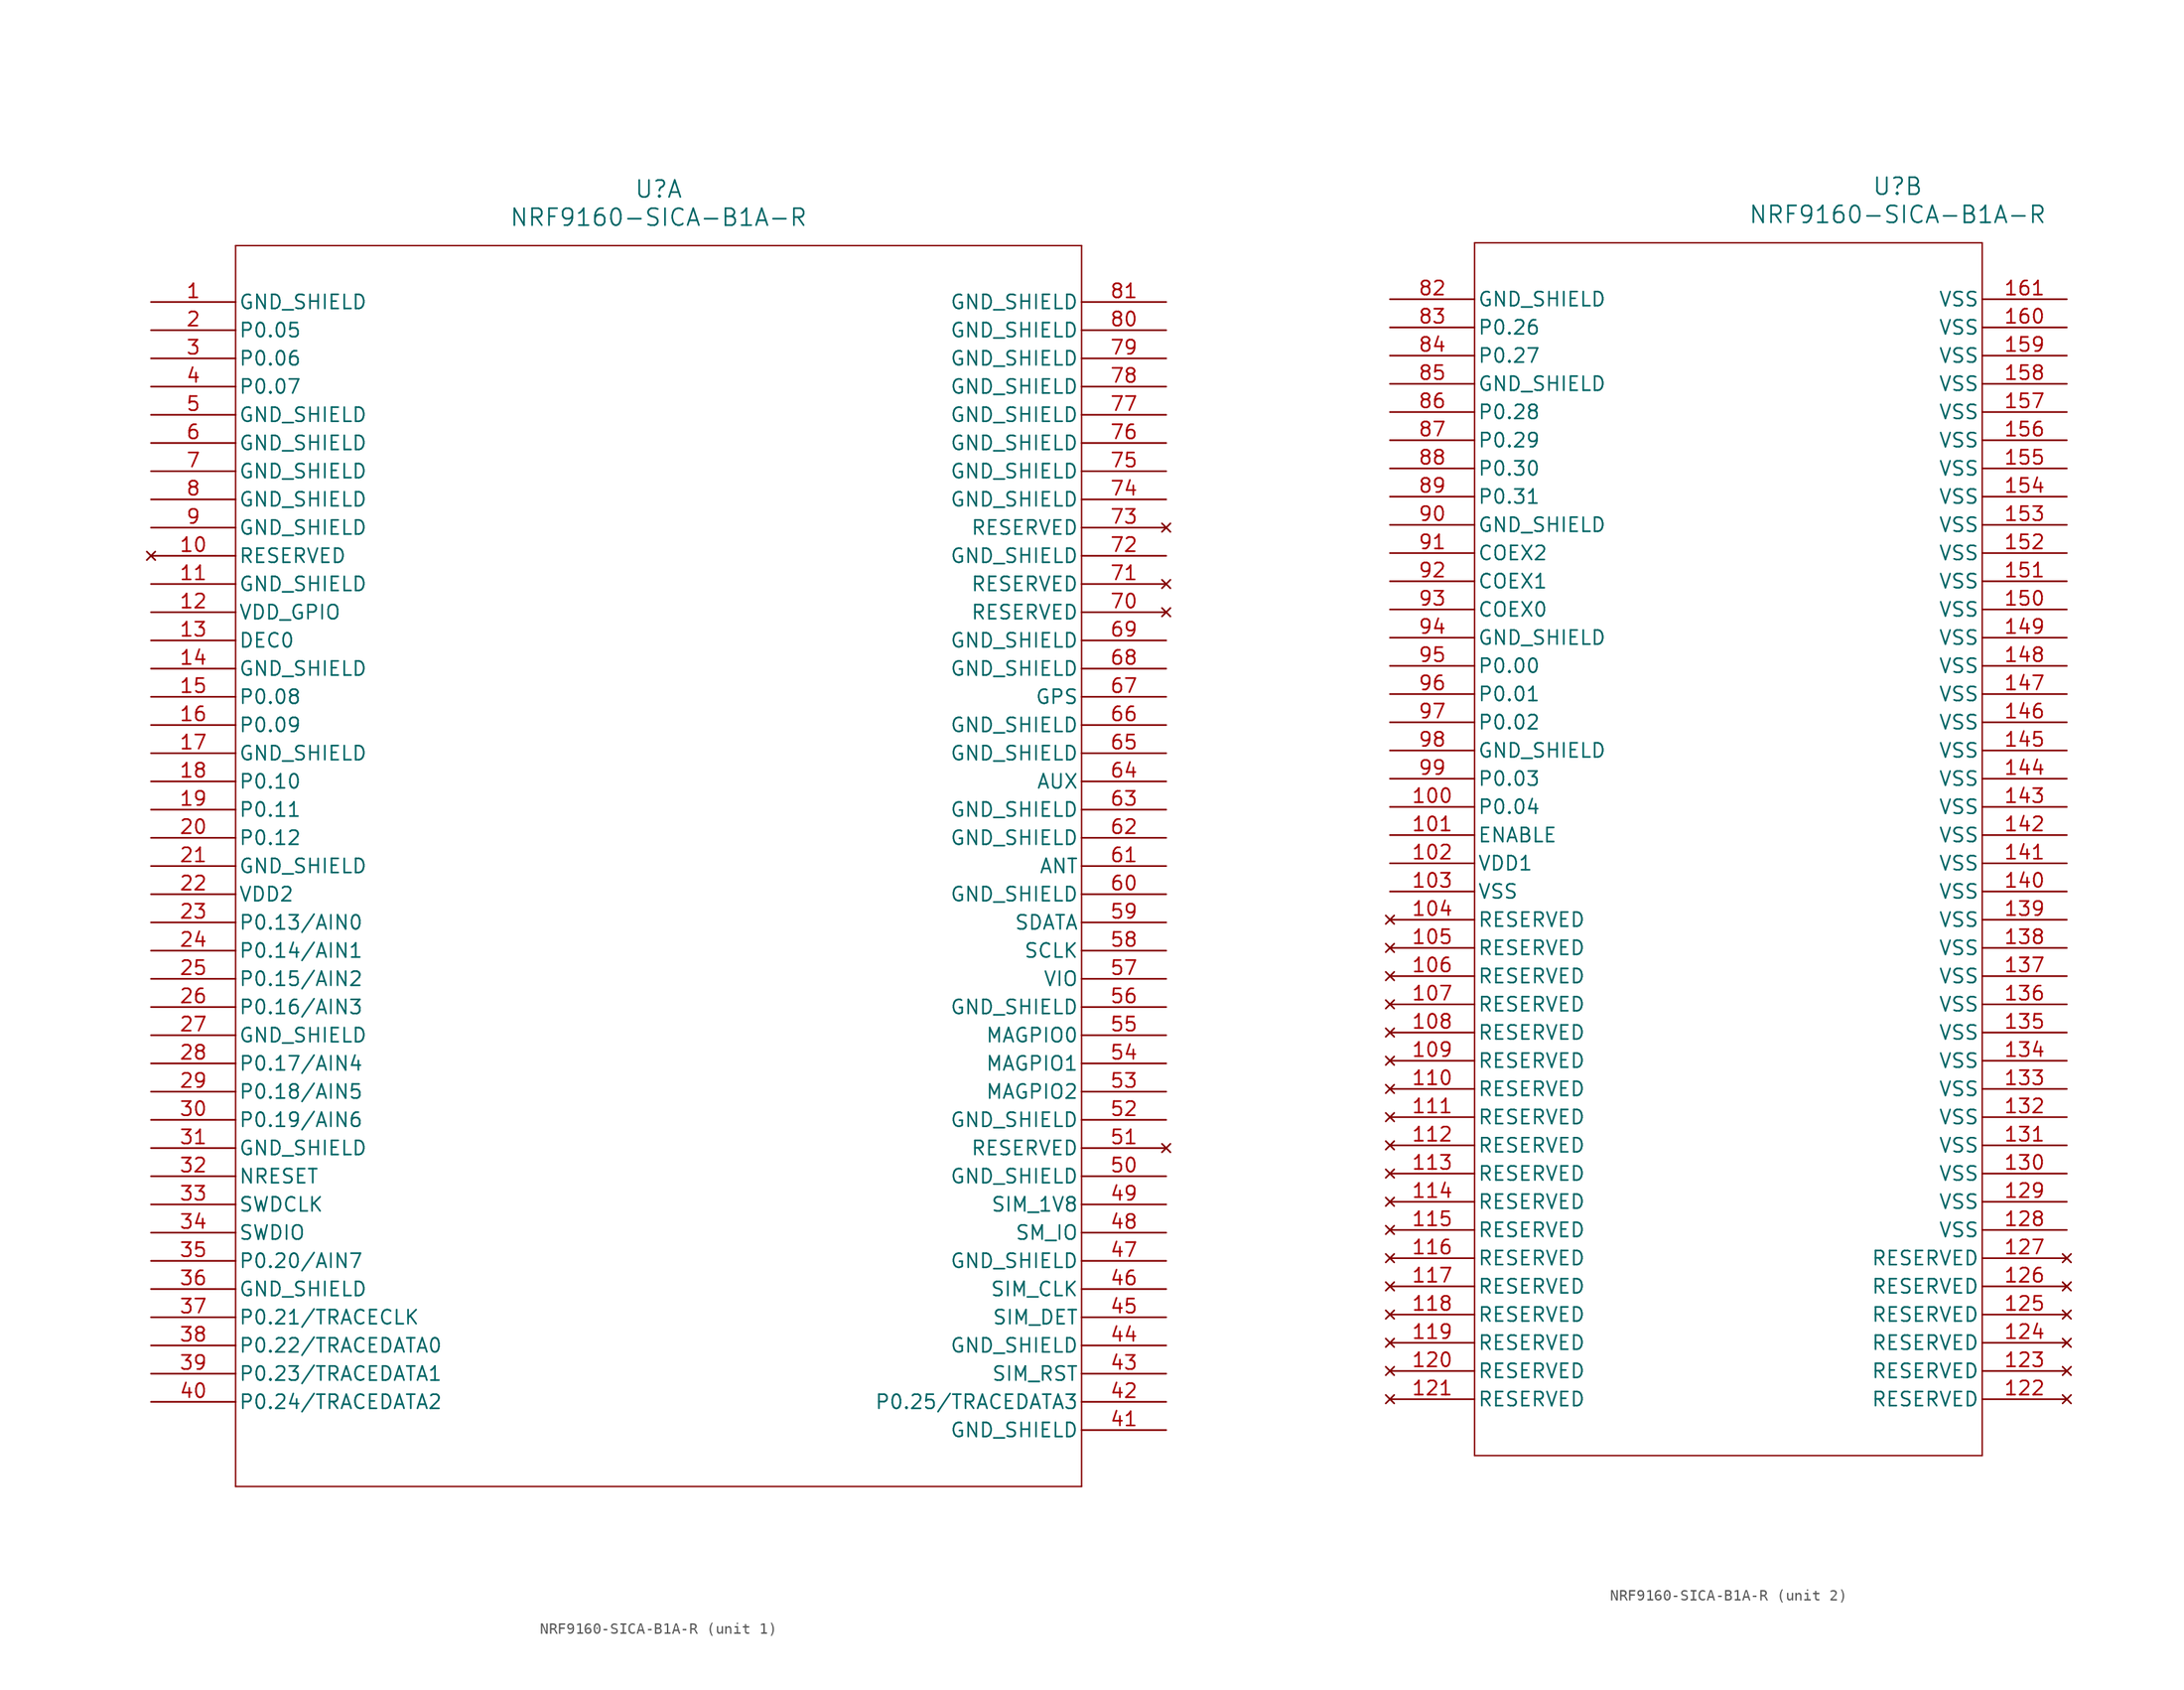
<source format=kicad_sym>
(kicad_symbol_lib
  (version 20211014)
  (generator kicad_symbol_editor)
  (symbol "NRF9160-SICA-B1A-R"
    (pin_names
      (offset 0.254))
    (property "Reference" "U"
      (at 45.72 10.16 0)
      (effects (font (size 1.524 1.524))))
    (property "Value" "NRF9160-SICA-B1A-R"
      (at 45.72 7.62 0)
      (effects (font (size 1.524 1.524))))
    (symbol "NRF9160-SICA-B1A-R_1_1"
      (polyline (pts (xy 7.62 5.08) (xy 7.62 -106.68)) (stroke (width 0.127) (type default) (color 0 0 0 0)) (fill (type none)))
      (polyline (pts (xy 7.62 -106.68) (xy 83.82 -106.68)) (stroke (width 0.127) (type default) (color 0 0 0 0)) (fill (type none)))
      (polyline (pts (xy 83.82 -106.68) (xy 83.82 5.08)) (stroke (width 0.127) (type default) (color 0 0 0 0)) (fill (type none)))
      (polyline (pts (xy 83.82 5.08) (xy 7.62 5.08)) (stroke (width 0.127) (type default) (color 0 0 0 0)) (fill (type none)))
      (pin power_out line (at 0 0 0) (length 7.62) (name "GND_SHIELD" (effects (font (size 1.27 1.27)))) (number "1" (effects (font (size 1.27 1.27)))))
      (pin bidirectional line (at 0 -2.54 0) (length 7.62) (name "P0.05" (effects (font (size 1.27 1.27)))) (number "2" (effects (font (size 1.27 1.27)))))
      (pin bidirectional line (at 0 -5.08 0) (length 7.62) (name "P0.06" (effects (font (size 1.27 1.27)))) (number "3" (effects (font (size 1.27 1.27)))))
      (pin bidirectional line (at 0 -7.62 0) (length 7.62) (name "P0.07" (effects (font (size 1.27 1.27)))) (number "4" (effects (font (size 1.27 1.27)))))
      (pin power_out line (at 0 -10.16 0) (length 7.62) (name "GND_SHIELD" (effects (font (size 1.27 1.27)))) (number "5" (effects (font (size 1.27 1.27)))))
      (pin power_out line (at 0 -12.7 0) (length 7.62) (name "GND_SHIELD" (effects (font (size 1.27 1.27)))) (number "6" (effects (font (size 1.27 1.27)))))
      (pin power_out line (at 0 -15.24 0) (length 7.62) (name "GND_SHIELD" (effects (font (size 1.27 1.27)))) (number "7" (effects (font (size 1.27 1.27)))))
      (pin power_out line (at 0 -17.78 0) (length 7.62) (name "GND_SHIELD" (effects (font (size 1.27 1.27)))) (number "8" (effects (font (size 1.27 1.27)))))
      (pin power_out line (at 0 -20.32 0) (length 7.62) (name "GND_SHIELD" (effects (font (size 1.27 1.27)))) (number "9" (effects (font (size 1.27 1.27)))))
      (pin no_connect line (at 0 -22.86 0) (length 7.62) (name "RESERVED" (effects (font (size 1.27 1.27)))) (number "10" (effects (font (size 1.27 1.27)))))
      (pin power_out line (at 0 -25.4 0) (length 7.62) (name "GND_SHIELD" (effects (font (size 1.27 1.27)))) (number "11" (effects (font (size 1.27 1.27)))))
      (pin power_in line (at 0 -27.94 0) (length 7.62) (name "VDD_GPIO" (effects (font (size 1.27 1.27)))) (number "12" (effects (font (size 1.27 1.27)))))
      (pin power_in line (at 0 -30.48 0) (length 7.62) (name "DEC0" (effects (font (size 1.27 1.27)))) (number "13" (effects (font (size 1.27 1.27)))))
      (pin power_out line (at 0 -33.02 0) (length 7.62) (name "GND_SHIELD" (effects (font (size 1.27 1.27)))) (number "14" (effects (font (size 1.27 1.27)))))
      (pin bidirectional line (at 0 -35.56 0) (length 7.62) (name "P0.08" (effects (font (size 1.27 1.27)))) (number "15" (effects (font (size 1.27 1.27)))))
      (pin bidirectional line (at 0 -38.1 0) (length 7.62) (name "P0.09" (effects (font (size 1.27 1.27)))) (number "16" (effects (font (size 1.27 1.27)))))
      (pin power_out line (at 0 -40.64 0) (length 7.62) (name "GND_SHIELD" (effects (font (size 1.27 1.27)))) (number "17" (effects (font (size 1.27 1.27)))))
      (pin bidirectional line (at 0 -43.18 0) (length 7.62) (name "P0.10" (effects (font (size 1.27 1.27)))) (number "18" (effects (font (size 1.27 1.27)))))
      (pin bidirectional line (at 0 -45.72 0) (length 7.62) (name "P0.11" (effects (font (size 1.27 1.27)))) (number "19" (effects (font (size 1.27 1.27)))))
      (pin bidirectional line (at 0 -48.26 0) (length 7.62) (name "P0.12" (effects (font (size 1.27 1.27)))) (number "20" (effects (font (size 1.27 1.27)))))
      (pin power_out line (at 0 -50.8 0) (length 7.62) (name "GND_SHIELD" (effects (font (size 1.27 1.27)))) (number "21" (effects (font (size 1.27 1.27)))))
      (pin power_in line (at 0 -53.34 0) (length 7.62) (name "VDD2" (effects (font (size 1.27 1.27)))) (number "22" (effects (font (size 1.27 1.27)))))
      (pin bidirectional line (at 0 -55.88 0) (length 7.62) (name "P0.13/AIN0" (effects (font (size 1.27 1.27)))) (number "23" (effects (font (size 1.27 1.27)))))
      (pin bidirectional line (at 0 -58.42 0) (length 7.62) (name "P0.14/AIN1" (effects (font (size 1.27 1.27)))) (number "24" (effects (font (size 1.27 1.27)))))
      (pin bidirectional line (at 0 -60.96 0) (length 7.62) (name "P0.15/AIN2" (effects (font (size 1.27 1.27)))) (number "25" (effects (font (size 1.27 1.27)))))
      (pin bidirectional line (at 0 -63.5 0) (length 7.62) (name "P0.16/AIN3" (effects (font (size 1.27 1.27)))) (number "26" (effects (font (size 1.27 1.27)))))
      (pin power_out line (at 0 -66.04 0) (length 7.62) (name "GND_SHIELD" (effects (font (size 1.27 1.27)))) (number "27" (effects (font (size 1.27 1.27)))))
      (pin bidirectional line (at 0 -68.58 0) (length 7.62) (name "P0.17/AIN4" (effects (font (size 1.27 1.27)))) (number "28" (effects (font (size 1.27 1.27)))))
      (pin bidirectional line (at 0 -71.12 0) (length 7.62) (name "P0.18/AIN5" (effects (font (size 1.27 1.27)))) (number "29" (effects (font (size 1.27 1.27)))))
      (pin bidirectional line (at 0 -73.66 0) (length 7.62) (name "P0.19/AIN6" (effects (font (size 1.27 1.27)))) (number "30" (effects (font (size 1.27 1.27)))))
      (pin power_out line (at 0 -76.2 0) (length 7.62) (name "GND_SHIELD" (effects (font (size 1.27 1.27)))) (number "31" (effects (font (size 1.27 1.27)))))
      (pin bidirectional line (at 0 -78.74 0) (length 7.62) (name "NRESET" (effects (font (size 1.27 1.27)))) (number "32" (effects (font (size 1.27 1.27)))))
      (pin input line (at 0 -81.28 0) (length 7.62) (name "SWDCLK" (effects (font (size 1.27 1.27)))) (number "33" (effects (font (size 1.27 1.27)))))
      (pin bidirectional line (at 0 -83.82 0) (length 7.62) (name "SWDIO" (effects (font (size 1.27 1.27)))) (number "34" (effects (font (size 1.27 1.27)))))
      (pin bidirectional line (at 0 -86.36 0) (length 7.62) (name "P0.20/AIN7" (effects (font (size 1.27 1.27)))) (number "35" (effects (font (size 1.27 1.27)))))
      (pin power_out line (at 0 -88.9 0) (length 7.62) (name "GND_SHIELD" (effects (font (size 1.27 1.27)))) (number "36" (effects (font (size 1.27 1.27)))))
      (pin bidirectional line (at 0 -91.44 0) (length 7.62) (name "P0.21/TRACECLK" (effects (font (size 1.27 1.27)))) (number "37" (effects (font (size 1.27 1.27)))))
      (pin bidirectional line (at 0 -93.98 0) (length 7.62) (name "P0.22/TRACEDATA0" (effects (font (size 1.27 1.27)))) (number "38" (effects (font (size 1.27 1.27)))))
      (pin bidirectional line (at 0 -96.52 0) (length 7.62) (name "P0.23/TRACEDATA1" (effects (font (size 1.27 1.27)))) (number "39" (effects (font (size 1.27 1.27)))))
      (pin bidirectional line (at 0 -99.06 0) (length 7.62) (name "P0.24/TRACEDATA2" (effects (font (size 1.27 1.27)))) (number "40" (effects (font (size 1.27 1.27)))))
      (pin power_out line (at 91.44 -101.6 180) (length 7.62) (name "GND_SHIELD" (effects (font (size 1.27 1.27)))) (number "41" (effects (font (size 1.27 1.27)))))
      (pin bidirectional line (at 91.44 -99.06 180) (length 7.62) (name "P0.25/TRACEDATA3" (effects (font (size 1.27 1.27)))) (number "42" (effects (font (size 1.27 1.27)))))
      (pin bidirectional line (at 91.44 -96.52 180) (length 7.62) (name "SIM_RST" (effects (font (size 1.27 1.27)))) (number "43" (effects (font (size 1.27 1.27)))))
      (pin power_out line (at 91.44 -93.98 180) (length 7.62) (name "GND_SHIELD" (effects (font (size 1.27 1.27)))) (number "44" (effects (font (size 1.27 1.27)))))
      (pin bidirectional line (at 91.44 -91.44 180) (length 7.62) (name "SIM_DET" (effects (font (size 1.27 1.27)))) (number "45" (effects (font (size 1.27 1.27)))))
      (pin bidirectional line (at 91.44 -88.9 180) (length 7.62) (name "SIM_CLK" (effects (font (size 1.27 1.27)))) (number "46" (effects (font (size 1.27 1.27)))))
      (pin power_out line (at 91.44 -86.36 180) (length 7.62) (name "GND_SHIELD" (effects (font (size 1.27 1.27)))) (number "47" (effects (font (size 1.27 1.27)))))
      (pin bidirectional line (at 91.44 -83.82 180) (length 7.62) (name "SM_IO" (effects (font (size 1.27 1.27)))) (number "48" (effects (font (size 1.27 1.27)))))
      (pin power_in line (at 91.44 -81.28 180) (length 7.62) (name "SIM_1V8" (effects (font (size 1.27 1.27)))) (number "49" (effects (font (size 1.27 1.27)))))
      (pin power_out line (at 91.44 -78.74 180) (length 7.62) (name "GND_SHIELD" (effects (font (size 1.27 1.27)))) (number "50" (effects (font (size 1.27 1.27)))))
      (pin no_connect line (at 91.44 -76.2 180) (length 7.62) (name "RESERVED" (effects (font (size 1.27 1.27)))) (number "51" (effects (font (size 1.27 1.27)))))
      (pin power_out line (at 91.44 -73.66 180) (length 7.62) (name "GND_SHIELD" (effects (font (size 1.27 1.27)))) (number "52" (effects (font (size 1.27 1.27)))))
      (pin bidirectional line (at 91.44 -71.12 180) (length 7.62) (name "MAGPIO2" (effects (font (size 1.27 1.27)))) (number "53" (effects (font (size 1.27 1.27)))))
      (pin bidirectional line (at 91.44 -68.58 180) (length 7.62) (name "MAGPIO1" (effects (font (size 1.27 1.27)))) (number "54" (effects (font (size 1.27 1.27)))))
      (pin bidirectional line (at 91.44 -66.04 180) (length 7.62) (name "MAGPIO0" (effects (font (size 1.27 1.27)))) (number "55" (effects (font (size 1.27 1.27)))))
      (pin power_out line (at 91.44 -63.5 180) (length 7.62) (name "GND_SHIELD" (effects (font (size 1.27 1.27)))) (number "56" (effects (font (size 1.27 1.27)))))
      (pin power_in line (at 91.44 -60.96 180) (length 7.62) (name "VIO" (effects (font (size 1.27 1.27)))) (number "57" (effects (font (size 1.27 1.27)))))
      (pin bidirectional line (at 91.44 -58.42 180) (length 7.62) (name "SCLK" (effects (font (size 1.27 1.27)))) (number "58" (effects (font (size 1.27 1.27)))))
      (pin bidirectional line (at 91.44 -55.88 180) (length 7.62) (name "SDATA" (effects (font (size 1.27 1.27)))) (number "59" (effects (font (size 1.27 1.27)))))
      (pin power_out line (at 91.44 -53.34 180) (length 7.62) (name "GND_SHIELD" (effects (font (size 1.27 1.27)))) (number "60" (effects (font (size 1.27 1.27)))))
      (pin unspecified line (at 91.44 -50.8 180) (length 7.62) (name "ANT" (effects (font (size 1.27 1.27)))) (number "61" (effects (font (size 1.27 1.27)))))
      (pin power_out line (at 91.44 -48.26 180) (length 7.62) (name "GND_SHIELD" (effects (font (size 1.27 1.27)))) (number "62" (effects (font (size 1.27 1.27)))))
      (pin power_out line (at 91.44 -45.72 180) (length 7.62) (name "GND_SHIELD" (effects (font (size 1.27 1.27)))) (number "63" (effects (font (size 1.27 1.27)))))
      (pin unspecified line (at 91.44 -43.18 180) (length 7.62) (name "AUX" (effects (font (size 1.27 1.27)))) (number "64" (effects (font (size 1.27 1.27)))))
      (pin power_out line (at 91.44 -40.64 180) (length 7.62) (name "GND_SHIELD" (effects (font (size 1.27 1.27)))) (number "65" (effects (font (size 1.27 1.27)))))
      (pin power_out line (at 91.44 -38.1 180) (length 7.62) (name "GND_SHIELD" (effects (font (size 1.27 1.27)))) (number "66" (effects (font (size 1.27 1.27)))))
      (pin unspecified line (at 91.44 -35.56 180) (length 7.62) (name "GPS" (effects (font (size 1.27 1.27)))) (number "67" (effects (font (size 1.27 1.27)))))
      (pin power_out line (at 91.44 -33.02 180) (length 7.62) (name "GND_SHIELD" (effects (font (size 1.27 1.27)))) (number "68" (effects (font (size 1.27 1.27)))))
      (pin power_out line (at 91.44 -30.48 180) (length 7.62) (name "GND_SHIELD" (effects (font (size 1.27 1.27)))) (number "69" (effects (font (size 1.27 1.27)))))
      (pin no_connect line (at 91.44 -27.94 180) (length 7.62) (name "RESERVED" (effects (font (size 1.27 1.27)))) (number "70" (effects (font (size 1.27 1.27)))))
      (pin no_connect line (at 91.44 -25.4 180) (length 7.62) (name "RESERVED" (effects (font (size 1.27 1.27)))) (number "71" (effects (font (size 1.27 1.27)))))
      (pin power_out line (at 91.44 -22.86 180) (length 7.62) (name "GND_SHIELD" (effects (font (size 1.27 1.27)))) (number "72" (effects (font (size 1.27 1.27)))))
      (pin no_connect line (at 91.44 -20.32 180) (length 7.62) (name "RESERVED" (effects (font (size 1.27 1.27)))) (number "73" (effects (font (size 1.27 1.27)))))
      (pin power_out line (at 91.44 -17.78 180) (length 7.62) (name "GND_SHIELD" (effects (font (size 1.27 1.27)))) (number "74" (effects (font (size 1.27 1.27)))))
      (pin power_out line (at 91.44 -15.24 180) (length 7.62) (name "GND_SHIELD" (effects (font (size 1.27 1.27)))) (number "75" (effects (font (size 1.27 1.27)))))
      (pin power_out line (at 91.44 -12.7 180) (length 7.62) (name "GND_SHIELD" (effects (font (size 1.27 1.27)))) (number "76" (effects (font (size 1.27 1.27)))))
      (pin power_out line (at 91.44 -10.16 180) (length 7.62) (name "GND_SHIELD" (effects (font (size 1.27 1.27)))) (number "77" (effects (font (size 1.27 1.27)))))
      (pin power_out line (at 91.44 -7.62 180) (length 7.62) (name "GND_SHIELD" (effects (font (size 1.27 1.27)))) (number "78" (effects (font (size 1.27 1.27)))))
      (pin power_out line (at 91.44 -5.08 180) (length 7.62) (name "GND_SHIELD" (effects (font (size 1.27 1.27)))) (number "79" (effects (font (size 1.27 1.27)))))
      (pin power_out line (at 91.44 -2.54 180) (length 7.62) (name "GND_SHIELD" (effects (font (size 1.27 1.27)))) (number "80" (effects (font (size 1.27 1.27)))))
      (pin power_out line (at 91.44 0 180) (length 7.62) (name "GND_SHIELD" (effects (font (size 1.27 1.27)))) (number "81" (effects (font (size 1.27 1.27))))))
    (symbol "NRF9160-SICA-B1A-R_2_1"
      (polyline (pts (xy 7.62 5.08) (xy 7.62 -104.14)) (stroke (width 0.127) (type default) (color 0 0 0 0)) (fill (type none)))
      (polyline (pts (xy 7.62 -104.14) (xy 53.34 -104.14)) (stroke (width 0.127) (type default) (color 0 0 0 0)) (fill (type none)))
      (polyline (pts (xy 53.34 -104.14) (xy 53.34 5.08)) (stroke (width 0.127) (type default) (color 0 0 0 0)) (fill (type none)))
      (polyline (pts (xy 53.34 5.08) (xy 7.62 5.08)) (stroke (width 0.127) (type default) (color 0 0 0 0)) (fill (type none)))
      (pin power_out line (at 0 0 0) (length 7.62) (name "GND_SHIELD" (effects (font (size 1.27 1.27)))) (number "82" (effects (font (size 1.27 1.27)))))
      (pin bidirectional line (at 0 -2.54 0) (length 7.62) (name "P0.26" (effects (font (size 1.27 1.27)))) (number "83" (effects (font (size 1.27 1.27)))))
      (pin bidirectional line (at 0 -5.08 0) (length 7.62) (name "P0.27" (effects (font (size 1.27 1.27)))) (number "84" (effects (font (size 1.27 1.27)))))
      (pin power_out line (at 0 -7.62 0) (length 7.62) (name "GND_SHIELD" (effects (font (size 1.27 1.27)))) (number "85" (effects (font (size 1.27 1.27)))))
      (pin bidirectional line (at 0 -10.16 0) (length 7.62) (name "P0.28" (effects (font (size 1.27 1.27)))) (number "86" (effects (font (size 1.27 1.27)))))
      (pin bidirectional line (at 0 -12.7 0) (length 7.62) (name "P0.29" (effects (font (size 1.27 1.27)))) (number "87" (effects (font (size 1.27 1.27)))))
      (pin bidirectional line (at 0 -15.24 0) (length 7.62) (name "P0.30" (effects (font (size 1.27 1.27)))) (number "88" (effects (font (size 1.27 1.27)))))
      (pin bidirectional line (at 0 -17.78 0) (length 7.62) (name "P0.31" (effects (font (size 1.27 1.27)))) (number "89" (effects (font (size 1.27 1.27)))))
      (pin power_out line (at 0 -20.32 0) (length 7.62) (name "GND_SHIELD" (effects (font (size 1.27 1.27)))) (number "90" (effects (font (size 1.27 1.27)))))
      (pin bidirectional line (at 0 -22.86 0) (length 7.62) (name "COEX2" (effects (font (size 1.27 1.27)))) (number "91" (effects (font (size 1.27 1.27)))))
      (pin bidirectional line (at 0 -25.4 0) (length 7.62) (name "COEX1" (effects (font (size 1.27 1.27)))) (number "92" (effects (font (size 1.27 1.27)))))
      (pin bidirectional line (at 0 -27.94 0) (length 7.62) (name "COEX0" (effects (font (size 1.27 1.27)))) (number "93" (effects (font (size 1.27 1.27)))))
      (pin power_out line (at 0 -30.48 0) (length 7.62) (name "GND_SHIELD" (effects (font (size 1.27 1.27)))) (number "94" (effects (font (size 1.27 1.27)))))
      (pin bidirectional line (at 0 -33.02 0) (length 7.62) (name "P0.00" (effects (font (size 1.27 1.27)))) (number "95" (effects (font (size 1.27 1.27)))))
      (pin bidirectional line (at 0 -35.56 0) (length 7.62) (name "P0.01" (effects (font (size 1.27 1.27)))) (number "96" (effects (font (size 1.27 1.27)))))
      (pin bidirectional line (at 0 -38.1 0) (length 7.62) (name "P0.02" (effects (font (size 1.27 1.27)))) (number "97" (effects (font (size 1.27 1.27)))))
      (pin power_out line (at 0 -40.64 0) (length 7.62) (name "GND_SHIELD" (effects (font (size 1.27 1.27)))) (number "98" (effects (font (size 1.27 1.27)))))
      (pin bidirectional line (at 0 -43.18 0) (length 7.62) (name "P0.03" (effects (font (size 1.27 1.27)))) (number "99" (effects (font (size 1.27 1.27)))))
      (pin bidirectional line (at 0 -45.72 0) (length 7.62) (name "P0.04" (effects (font (size 1.27 1.27)))) (number "100" (effects (font (size 1.27 1.27)))))
      (pin input line (at 0 -48.26 0) (length 7.62) (name "ENABLE" (effects (font (size 1.27 1.27)))) (number "101" (effects (font (size 1.27 1.27)))))
      (pin power_in line (at 0 -50.8 0) (length 7.62) (name "VDD1" (effects (font (size 1.27 1.27)))) (number "102" (effects (font (size 1.27 1.27)))))
      (pin power_out line (at 0 -53.34 0) (length 7.62) (name "VSS" (effects (font (size 1.27 1.27)))) (number "103" (effects (font (size 1.27 1.27)))))
      (pin no_connect line (at 0 -55.88 0) (length 7.62) (name "RESERVED" (effects (font (size 1.27 1.27)))) (number "104" (effects (font (size 1.27 1.27)))))
      (pin no_connect line (at 0 -58.42 0) (length 7.62) (name "RESERVED" (effects (font (size 1.27 1.27)))) (number "105" (effects (font (size 1.27 1.27)))))
      (pin no_connect line (at 0 -60.96 0) (length 7.62) (name "RESERVED" (effects (font (size 1.27 1.27)))) (number "106" (effects (font (size 1.27 1.27)))))
      (pin no_connect line (at 0 -63.5 0) (length 7.62) (name "RESERVED" (effects (font (size 1.27 1.27)))) (number "107" (effects (font (size 1.27 1.27)))))
      (pin no_connect line (at 0 -66.04 0) (length 7.62) (name "RESERVED" (effects (font (size 1.27 1.27)))) (number "108" (effects (font (size 1.27 1.27)))))
      (pin no_connect line (at 0 -68.58 0) (length 7.62) (name "RESERVED" (effects (font (size 1.27 1.27)))) (number "109" (effects (font (size 1.27 1.27)))))
      (pin no_connect line (at 0 -71.12 0) (length 7.62) (name "RESERVED" (effects (font (size 1.27 1.27)))) (number "110" (effects (font (size 1.27 1.27)))))
      (pin no_connect line (at 0 -73.66 0) (length 7.62) (name "RESERVED" (effects (font (size 1.27 1.27)))) (number "111" (effects (font (size 1.27 1.27)))))
      (pin no_connect line (at 0 -76.2 0) (length 7.62) (name "RESERVED" (effects (font (size 1.27 1.27)))) (number "112" (effects (font (size 1.27 1.27)))))
      (pin no_connect line (at 0 -78.74 0) (length 7.62) (name "RESERVED" (effects (font (size 1.27 1.27)))) (number "113" (effects (font (size 1.27 1.27)))))
      (pin no_connect line (at 0 -81.28 0) (length 7.62) (name "RESERVED" (effects (font (size 1.27 1.27)))) (number "114" (effects (font (size 1.27 1.27)))))
      (pin no_connect line (at 0 -83.82 0) (length 7.62) (name "RESERVED" (effects (font (size 1.27 1.27)))) (number "115" (effects (font (size 1.27 1.27)))))
      (pin no_connect line (at 0 -86.36 0) (length 7.62) (name "RESERVED" (effects (font (size 1.27 1.27)))) (number "116" (effects (font (size 1.27 1.27)))))
      (pin no_connect line (at 0 -88.9 0) (length 7.62) (name "RESERVED" (effects (font (size 1.27 1.27)))) (number "117" (effects (font (size 1.27 1.27)))))
      (pin no_connect line (at 0 -91.44 0) (length 7.62) (name "RESERVED" (effects (font (size 1.27 1.27)))) (number "118" (effects (font (size 1.27 1.27)))))
      (pin no_connect line (at 0 -93.98 0) (length 7.62) (name "RESERVED" (effects (font (size 1.27 1.27)))) (number "119" (effects (font (size 1.27 1.27)))))
      (pin no_connect line (at 0 -96.52 0) (length 7.62) (name "RESERVED" (effects (font (size 1.27 1.27)))) (number "120" (effects (font (size 1.27 1.27)))))
      (pin no_connect line (at 0 -99.06 0) (length 7.62) (name "RESERVED" (effects (font (size 1.27 1.27)))) (number "121" (effects (font (size 1.27 1.27)))))
      (pin no_connect line (at 60.96 -99.06 180) (length 7.62) (name "RESERVED" (effects (font (size 1.27 1.27)))) (number "122" (effects (font (size 1.27 1.27)))))
      (pin no_connect line (at 60.96 -96.52 180) (length 7.62) (name "RESERVED" (effects (font (size 1.27 1.27)))) (number "123" (effects (font (size 1.27 1.27)))))
      (pin no_connect line (at 60.96 -93.98 180) (length 7.62) (name "RESERVED" (effects (font (size 1.27 1.27)))) (number "124" (effects (font (size 1.27 1.27)))))
      (pin no_connect line (at 60.96 -91.44 180) (length 7.62) (name "RESERVED" (effects (font (size 1.27 1.27)))) (number "125" (effects (font (size 1.27 1.27)))))
      (pin no_connect line (at 60.96 -88.9 180) (length 7.62) (name "RESERVED" (effects (font (size 1.27 1.27)))) (number "126" (effects (font (size 1.27 1.27)))))
      (pin no_connect line (at 60.96 -86.36 180) (length 7.62) (name "RESERVED" (effects (font (size 1.27 1.27)))) (number "127" (effects (font (size 1.27 1.27)))))
      (pin power_out line (at 60.96 -83.82 180) (length 7.62) (name "VSS" (effects (font (size 1.27 1.27)))) (number "128" (effects (font (size 1.27 1.27)))))
      (pin power_out line (at 60.96 -81.28 180) (length 7.62) (name "VSS" (effects (font (size 1.27 1.27)))) (number "129" (effects (font (size 1.27 1.27)))))
      (pin power_out line (at 60.96 -78.74 180) (length 7.62) (name "VSS" (effects (font (size 1.27 1.27)))) (number "130" (effects (font (size 1.27 1.27)))))
      (pin power_out line (at 60.96 -76.2 180) (length 7.62) (name "VSS" (effects (font (size 1.27 1.27)))) (number "131" (effects (font (size 1.27 1.27)))))
      (pin power_out line (at 60.96 -73.66 180) (length 7.62) (name "VSS" (effects (font (size 1.27 1.27)))) (number "132" (effects (font (size 1.27 1.27)))))
      (pin power_out line (at 60.96 -71.12 180) (length 7.62) (name "VSS" (effects (font (size 1.27 1.27)))) (number "133" (effects (font (size 1.27 1.27)))))
      (pin power_out line (at 60.96 -68.58 180) (length 7.62) (name "VSS" (effects (font (size 1.27 1.27)))) (number "134" (effects (font (size 1.27 1.27)))))
      (pin power_out line (at 60.96 -66.04 180) (length 7.62) (name "VSS" (effects (font (size 1.27 1.27)))) (number "135" (effects (font (size 1.27 1.27)))))
      (pin power_out line (at 60.96 -63.5 180) (length 7.62) (name "VSS" (effects (font (size 1.27 1.27)))) (number "136" (effects (font (size 1.27 1.27)))))
      (pin power_out line (at 60.96 -60.96 180) (length 7.62) (name "VSS" (effects (font (size 1.27 1.27)))) (number "137" (effects (font (size 1.27 1.27)))))
      (pin power_out line (at 60.96 -58.42 180) (length 7.62) (name "VSS" (effects (font (size 1.27 1.27)))) (number "138" (effects (font (size 1.27 1.27)))))
      (pin power_out line (at 60.96 -55.88 180) (length 7.62) (name "VSS" (effects (font (size 1.27 1.27)))) (number "139" (effects (font (size 1.27 1.27)))))
      (pin power_out line (at 60.96 -53.34 180) (length 7.62) (name "VSS" (effects (font (size 1.27 1.27)))) (number "140" (effects (font (size 1.27 1.27)))))
      (pin power_out line (at 60.96 -50.8 180) (length 7.62) (name "VSS" (effects (font (size 1.27 1.27)))) (number "141" (effects (font (size 1.27 1.27)))))
      (pin power_out line (at 60.96 -48.26 180) (length 7.62) (name "VSS" (effects (font (size 1.27 1.27)))) (number "142" (effects (font (size 1.27 1.27)))))
      (pin power_out line (at 60.96 -45.72 180) (length 7.62) (name "VSS" (effects (font (size 1.27 1.27)))) (number "143" (effects (font (size 1.27 1.27)))))
      (pin power_out line (at 60.96 -43.18 180) (length 7.62) (name "VSS" (effects (font (size 1.27 1.27)))) (number "144" (effects (font (size 1.27 1.27)))))
      (pin power_out line (at 60.96 -40.64 180) (length 7.62) (name "VSS" (effects (font (size 1.27 1.27)))) (number "145" (effects (font (size 1.27 1.27)))))
      (pin power_out line (at 60.96 -38.1 180) (length 7.62) (name "VSS" (effects (font (size 1.27 1.27)))) (number "146" (effects (font (size 1.27 1.27)))))
      (pin power_out line (at 60.96 -35.56 180) (length 7.62) (name "VSS" (effects (font (size 1.27 1.27)))) (number "147" (effects (font (size 1.27 1.27)))))
      (pin power_out line (at 60.96 -33.02 180) (length 7.62) (name "VSS" (effects (font (size 1.27 1.27)))) (number "148" (effects (font (size 1.27 1.27)))))
      (pin power_out line (at 60.96 -30.48 180) (length 7.62) (name "VSS" (effects (font (size 1.27 1.27)))) (number "149" (effects (font (size 1.27 1.27)))))
      (pin power_out line (at 60.96 -27.94 180) (length 7.62) (name "VSS" (effects (font (size 1.27 1.27)))) (number "150" (effects (font (size 1.27 1.27)))))
      (pin power_out line (at 60.96 -25.4 180) (length 7.62) (name "VSS" (effects (font (size 1.27 1.27)))) (number "151" (effects (font (size 1.27 1.27)))))
      (pin power_out line (at 60.96 -22.86 180) (length 7.62) (name "VSS" (effects (font (size 1.27 1.27)))) (number "152" (effects (font (size 1.27 1.27)))))
      (pin power_out line (at 60.96 -20.32 180) (length 7.62) (name "VSS" (effects (font (size 1.27 1.27)))) (number "153" (effects (font (size 1.27 1.27)))))
      (pin power_out line (at 60.96 -17.78 180) (length 7.62) (name "VSS" (effects (font (size 1.27 1.27)))) (number "154" (effects (font (size 1.27 1.27)))))
      (pin power_out line (at 60.96 -15.24 180) (length 7.62) (name "VSS" (effects (font (size 1.27 1.27)))) (number "155" (effects (font (size 1.27 1.27)))))
      (pin power_out line (at 60.96 -12.7 180) (length 7.62) (name "VSS" (effects (font (size 1.27 1.27)))) (number "156" (effects (font (size 1.27 1.27)))))
      (pin power_out line (at 60.96 -10.16 180) (length 7.62) (name "VSS" (effects (font (size 1.27 1.27)))) (number "157" (effects (font (size 1.27 1.27)))))
      (pin power_out line (at 60.96 -7.62 180) (length 7.62) (name "VSS" (effects (font (size 1.27 1.27)))) (number "158" (effects (font (size 1.27 1.27)))))
      (pin power_out line (at 60.96 -5.08 180) (length 7.62) (name "VSS" (effects (font (size 1.27 1.27)))) (number "159" (effects (font (size 1.27 1.27)))))
      (pin power_out line (at 60.96 -2.54 180) (length 7.62) (name "VSS" (effects (font (size 1.27 1.27)))) (number "160" (effects (font (size 1.27 1.27)))))
      (pin power_out line (at 60.96 0 180) (length 7.62) (name "VSS" (effects (font (size 1.27 1.27)))) (number "161" (effects (font (size 1.27 1.27))))))))
</source>
